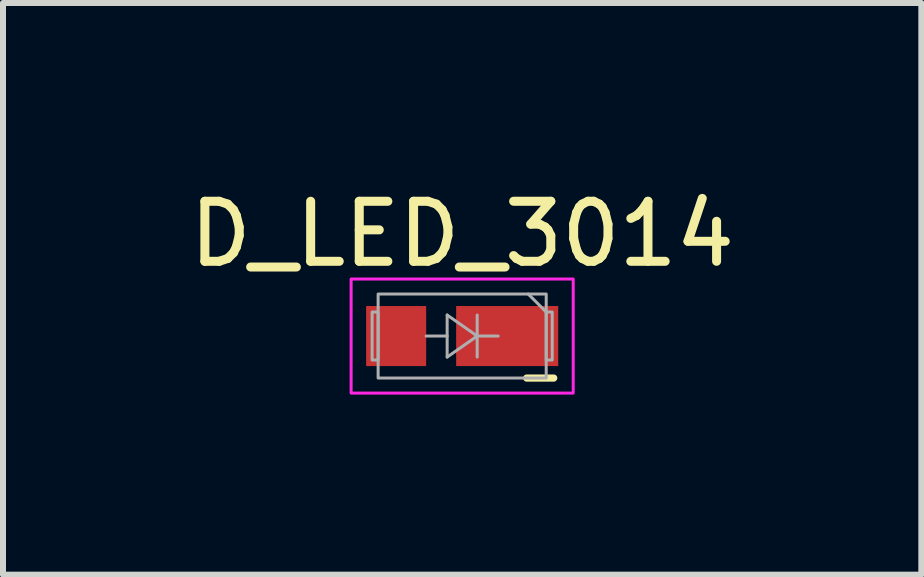
<source format=kicad_pcb>
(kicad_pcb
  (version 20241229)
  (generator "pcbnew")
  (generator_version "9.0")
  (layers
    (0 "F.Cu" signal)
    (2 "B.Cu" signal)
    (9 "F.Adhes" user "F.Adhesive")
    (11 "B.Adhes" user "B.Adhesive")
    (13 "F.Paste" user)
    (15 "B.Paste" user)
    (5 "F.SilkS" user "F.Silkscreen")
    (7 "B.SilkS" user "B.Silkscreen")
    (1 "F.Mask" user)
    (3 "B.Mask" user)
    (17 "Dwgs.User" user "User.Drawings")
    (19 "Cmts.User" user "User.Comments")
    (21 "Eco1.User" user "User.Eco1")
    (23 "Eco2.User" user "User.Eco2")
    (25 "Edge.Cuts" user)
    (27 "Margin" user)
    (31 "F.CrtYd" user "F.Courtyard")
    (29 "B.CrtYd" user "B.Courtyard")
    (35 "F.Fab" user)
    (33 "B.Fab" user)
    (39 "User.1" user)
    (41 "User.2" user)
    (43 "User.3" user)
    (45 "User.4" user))
  (footprint "D_LED_3014"
    (layer "F.Cu")
    (at 4.649 2.548)
    (property "Reference" "D_LED_3014" (at 0 -1.7 0) (unlocked yes) (layer "F.SilkS") (effects (font (size 1 1) (thickness 0.15))))
    (attr smd)
    (fp_line (start 1.525 0.7) (end 1.075 0.7) (stroke (width 0.12) (type solid)) (layer "F.SilkS"))
    (fp_poly (pts (xy 1.85 -0.95) (xy -1.85 -0.95) (xy -1.85 0.95) (xy 1.85 0.95)) (stroke (width 0.05) (type solid)) (fill no) (layer "F.CrtYd"))
    (fp_line (start -0.6 0) (end -0.25 0) (stroke (width 0.05) (type solid)) (layer "F.Fab"))
    (fp_line (start -0.25 -0.35) (end -0.25 0.35) (stroke (width 0.05) (type solid)) (layer "F.Fab"))
    (fp_line (start -0.25 0.35) (end 0.25 0) (stroke (width 0.05) (type solid)) (layer "F.Fab"))
    (fp_line (start 0.25 -0.35) (end 0.25 0.35) (stroke (width 0.05) (type solid)) (layer "F.Fab"))
    (fp_line (start 0.25 0) (end -0.25 -0.35) (stroke (width 0.05) (type solid)) (layer "F.Fab"))
    (fp_line (start 0.25 0) (end 0.6 0) (stroke (width 0.05) (type solid)) (layer "F.Fab"))
    (fp_line (start 1.4 -0.4) (end 1.1 -0.7) (stroke (width 0.05) (type solid)) (layer "F.Fab"))
    (fp_poly (pts (xy -1.5 0.4) (xy -1.4 0.4) (xy -1.4 -0.4) (xy -1.5 -0.4)) (stroke (width 0.05) (type solid)) (fill no) (layer "F.Fab"))
    (fp_poly (pts (xy -1.4 -0.7) (xy 1.4 -0.7) (xy 1.4 0.7) (xy -1.4 0.7)) (stroke (width 0.05) (type solid)) (fill no) (layer "F.Fab"))
    (fp_poly (pts (xy 1.4 0.4) (xy 1.5 0.4) (xy 1.5 -0.4) (xy 1.4 -0.4)) (stroke (width 0.05) (type solid)) (fill no) (layer "F.Fab"))
    (pad "1" smd rect (at 0.75 0 270) (size 1 1.7) (layers "F.Cu" "F.Mask" "F.Paste"))
    (pad "2" smd rect (at -1.1 0 270) (size 1 1) (layers "F.Cu" "F.Mask" "F.Paste")))
  (gr_rect
    (start -3 -3)
    (end 12.298 6.523)
    (stroke (width 0.1) (type default))
    (fill no)
    (layer "Edge.Cuts")))
</source>
